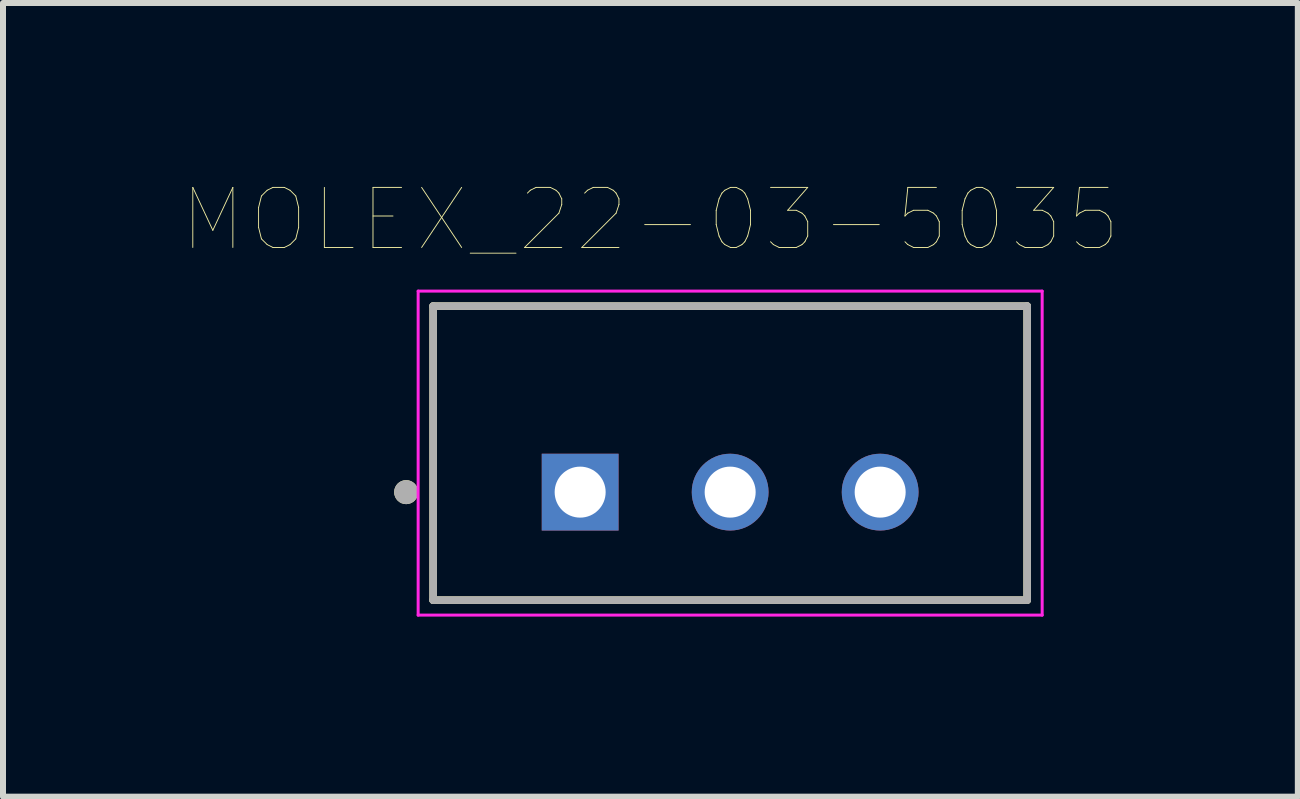
<source format=kicad_pcb>
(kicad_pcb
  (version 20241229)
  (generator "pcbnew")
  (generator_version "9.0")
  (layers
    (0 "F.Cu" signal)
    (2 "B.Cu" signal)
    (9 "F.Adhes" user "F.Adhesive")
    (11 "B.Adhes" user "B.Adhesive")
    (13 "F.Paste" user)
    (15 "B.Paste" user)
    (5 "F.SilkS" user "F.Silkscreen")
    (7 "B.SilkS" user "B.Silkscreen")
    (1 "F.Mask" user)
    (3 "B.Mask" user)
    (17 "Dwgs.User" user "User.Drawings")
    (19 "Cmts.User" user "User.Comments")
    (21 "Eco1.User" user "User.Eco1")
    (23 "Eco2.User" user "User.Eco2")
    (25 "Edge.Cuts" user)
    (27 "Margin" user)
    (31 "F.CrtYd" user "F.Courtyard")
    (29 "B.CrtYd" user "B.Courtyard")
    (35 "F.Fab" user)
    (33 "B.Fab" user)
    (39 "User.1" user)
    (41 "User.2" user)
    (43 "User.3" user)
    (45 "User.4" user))
  (footprint "MOLEX_22-03-5035"
    (layer "F.Cu")
    (at 6.619 5.152)
    (property "Reference" "MOLEX_22-03-5035" (at 1.171 -4.54 0) (layer "F.SilkS") (effects (font (size 1.001 1.001) (thickness 0.015))))
    (attr through_hole)
    (fp_line (start -2.45 -3.1) (end 7.45 -3.1) (stroke (width 0.127) (type solid)) (layer "F.SilkS"))
    (fp_line (start -2.45 1.8) (end -2.45 -3.1) (stroke (width 0.127) (type solid)) (layer "F.SilkS"))
    (fp_line (start 7.45 -3.1) (end 7.45 1.8) (stroke (width 0.127) (type solid)) (layer "F.SilkS"))
    (fp_line (start 7.45 1.8) (end -2.45 1.8) (stroke (width 0.127) (type solid)) (layer "F.SilkS"))
    (fp_circle (center -2.9 0) (end -2.8 0) (stroke (width 0.2) (type solid)) (fill no) (layer "F.SilkS"))
    (fp_line (start -2.7 -3.35) (end 7.7 -3.35) (stroke (width 0.05) (type solid)) (layer "F.CrtYd"))
    (fp_line (start -2.7 2.05) (end -2.7 -3.35) (stroke (width 0.05) (type solid)) (layer "F.CrtYd"))
    (fp_line (start 7.7 -3.35) (end 7.7 2.05) (stroke (width 0.05) (type solid)) (layer "F.CrtYd"))
    (fp_line (start 7.7 2.05) (end -2.7 2.05) (stroke (width 0.05) (type solid)) (layer "F.CrtYd"))
    (fp_line (start -2.45 -3.1) (end 7.45 -3.1) (stroke (width 0.127) (type solid)) (layer "F.Fab"))
    (fp_line (start -2.45 1.8) (end -2.45 -3.1) (stroke (width 0.127) (type solid)) (layer "F.Fab"))
    (fp_line (start 7.45 -3.1) (end 7.45 1.8) (stroke (width 0.127) (type solid)) (layer "F.Fab"))
    (fp_line (start 7.45 1.8) (end -2.45 1.8) (stroke (width 0.127) (type solid)) (layer "F.Fab"))
    (fp_circle (center -2.9 0) (end -2.8 0) (stroke (width 0.2) (type solid)) (fill no) (layer "F.Fab"))
    (pad "1" thru_hole rect (at 0 0) (size 1.28 1.28) (drill 0.85) (layers "*.Cu" "*.Mask"))
    (pad "2" thru_hole circle (at 2.5 0) (size 1.28 1.28) (drill 0.85) (layers "*.Cu" "*.Mask"))
    (pad "3" thru_hole circle (at 5 0) (size 1.28 1.28) (drill 0.85) (layers "*.Cu" "*.Mask")))
  (gr_rect
    (start -3 -3)
    (end 18.58 10.227)
    (stroke (width 0.1) (type default))
    (fill no)
    (layer "Edge.Cuts")))
</source>
